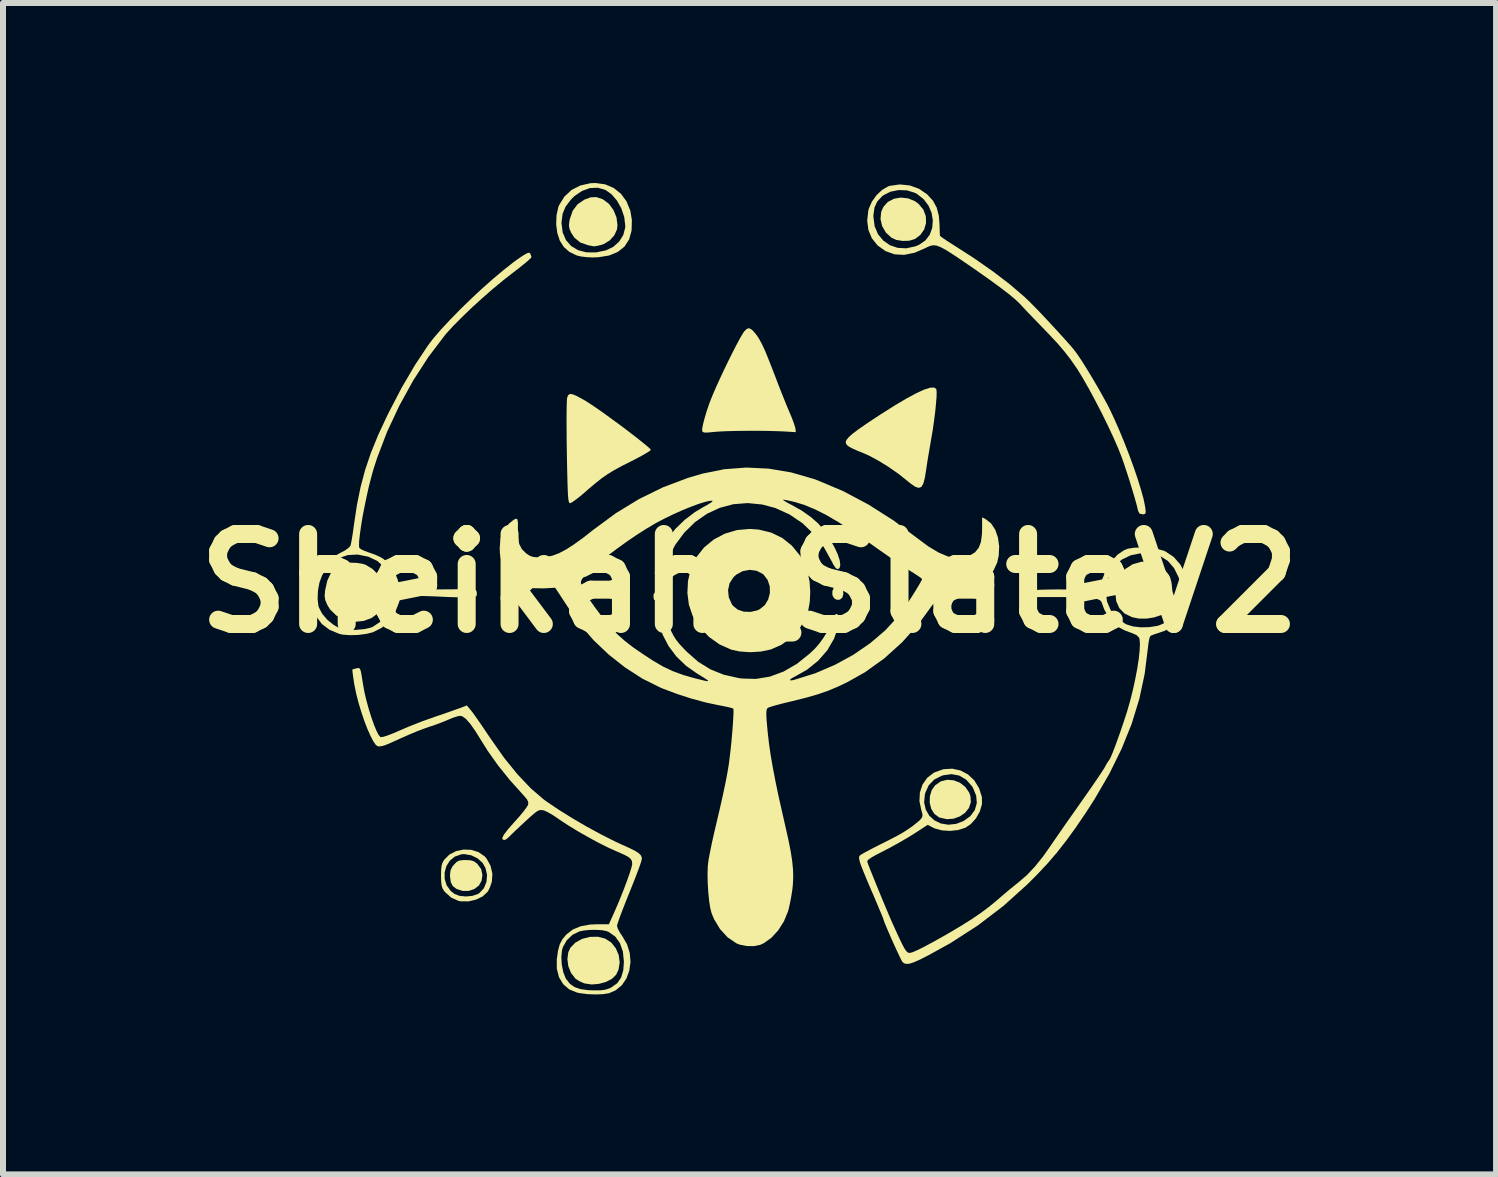
<source format=kicad_pcb>
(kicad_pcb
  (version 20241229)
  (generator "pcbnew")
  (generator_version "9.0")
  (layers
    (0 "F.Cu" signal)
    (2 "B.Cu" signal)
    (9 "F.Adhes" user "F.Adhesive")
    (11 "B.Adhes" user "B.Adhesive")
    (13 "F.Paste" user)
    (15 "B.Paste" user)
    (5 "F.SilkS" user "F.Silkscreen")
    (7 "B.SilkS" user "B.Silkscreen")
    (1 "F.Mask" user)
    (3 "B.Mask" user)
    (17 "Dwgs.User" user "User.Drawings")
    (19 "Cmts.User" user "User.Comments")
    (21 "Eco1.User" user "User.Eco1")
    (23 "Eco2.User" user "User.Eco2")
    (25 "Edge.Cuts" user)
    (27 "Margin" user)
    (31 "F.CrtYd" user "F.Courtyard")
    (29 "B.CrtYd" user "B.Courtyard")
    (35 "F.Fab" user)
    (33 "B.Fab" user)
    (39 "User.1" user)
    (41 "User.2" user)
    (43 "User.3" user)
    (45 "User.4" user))
  (footprint "Sheikah_SlateV2"
    (layer "F.Cu")
    (at 9.443 6.672)
    (property "Reference" "Sheikah_SlateV2" (at 0 0 0) (layer "F.SilkS") (effects (font (size 1.5 1.5) (thickness 0.3))))
    (attr board_only exclude_from_pos_files exclude_from_bom)
    (fp_poly (pts (xy 1.523 0.064) (xy 1.558 0.117) (xy 1.564 0.175) (xy 1.548 0.237) (xy 1.506 0.273) (xy 1.452 0.275) (xy 1.408 0.248) (xy 1.381 0.197) (xy 1.38 0.136) (xy 1.401 0.082) (xy 1.44 0.049) (xy 1.459 0.046)) (stroke (width 0) (type solid)) (fill yes) (layer "F.SilkS"))
    (fp_poly (pts (xy -1.488 0.119) (xy -1.439 0.129) (xy -1.419 0.154) (xy -1.415 0.207) (xy -1.419 0.261) (xy -1.439 0.285) (xy -1.49 0.294) (xy -1.499 0.295) (xy -1.559 0.294) (xy -1.589 0.276) (xy -1.598 0.255) (xy -1.601 0.187) (xy -1.567 0.138) (xy -1.504 0.119)) (stroke (width 0) (type solid)) (fill yes) (layer "F.SilkS"))
    (fp_poly (pts (xy 2.641 -6.416) (xy 2.755 -6.37) (xy 2.817 -6.325) (xy 2.897 -6.229) (xy 2.938 -6.119) (xy 2.942 -6.005) (xy 2.911 -5.897) (xy 2.844 -5.803) (xy 2.756 -5.738) (xy 2.664 -5.71) (xy 2.555 -5.706) (xy 2.447 -5.723) (xy 2.368 -5.758) (xy 2.272 -5.846) (xy 2.21 -5.954) (xy 2.183 -6.071) (xy 2.194 -6.189) (xy 2.231 -6.274) (xy 2.306 -6.357) (xy 2.406 -6.409) (xy 2.521 -6.429)) (stroke (width 0) (type solid)) (fill yes) (layer "F.SilkS"))
    (fp_poly (pts (xy 3.403 3.284) (xy 3.507 3.324) (xy 3.596 3.394) (xy 3.662 3.49) (xy 3.682 3.547) (xy 3.689 3.65) (xy 3.657 3.744) (xy 3.594 3.824) (xy 3.507 3.885) (xy 3.404 3.923) (xy 3.29 3.932) (xy 3.175 3.907) (xy 3.157 3.9) (xy 3.08 3.843) (xy 3.028 3.758) (xy 3.003 3.657) (xy 3.006 3.549) (xy 3.037 3.447) (xy 3.094 3.367) (xy 3.187 3.302) (xy 3.294 3.275)) (stroke (width 0) (type solid)) (fill yes) (layer "F.SilkS"))
    (fp_poly (pts (xy -4.65 4.617) (xy -4.596 4.633) (xy -4.548 4.667) (xy -4.536 4.678) (xy -4.473 4.764) (xy -4.452 4.862) (xy -4.466 4.957) (xy -4.51 5.037) (xy -4.585 5.095) (xy -4.679 5.127) (xy -4.782 5.128) (xy -4.881 5.095) (xy -4.883 5.095) (xy -4.946 5.047) (xy -4.98 4.981) (xy -4.992 4.885) (xy -4.993 4.868) (xy -4.984 4.786) (xy -4.953 4.722) (xy -4.925 4.688) (xy -4.881 4.644) (xy -4.837 4.621) (xy -4.777 4.614) (xy -4.731 4.613)) (stroke (width 0) (type solid)) (fill yes) (layer "F.SilkS"))
    (fp_poly (pts (xy -2.409 5.921) (xy -2.306 5.987) (xy -2.229 6.083) (xy -2.18 6.198) (xy -2.164 6.321) (xy -2.184 6.441) (xy -2.223 6.524) (xy -2.292 6.592) (xy -2.392 6.644) (xy -2.51 6.677) (xy -2.632 6.687) (xy -2.746 6.67) (xy -2.768 6.663) (xy -2.838 6.631) (xy -2.896 6.594) (xy -2.903 6.588) (xy -2.975 6.496) (xy -3.02 6.384) (xy -3.036 6.264) (xy -3.021 6.15) (xy -2.985 6.073) (xy -2.902 5.988) (xy -2.79 5.927) (xy -2.661 5.894) (xy -2.529 5.891)) (stroke (width 0) (type solid)) (fill yes) (layer "F.SilkS"))
    (fp_poly (pts (xy 6.668 -0.359) (xy 6.796 -0.318) (xy 6.907 -0.242) (xy 6.991 -0.136) (xy 7.012 -0.093) (xy 7.034 -0.008) (xy 7.045 0.101) (xy 7.045 0.217) (xy 7.033 0.323) (xy 7.011 0.404) (xy 7.007 0.411) (xy 6.949 0.478) (xy 6.858 0.531) (xy 6.743 0.569) (xy 6.617 0.589) (xy 6.489 0.588) (xy 6.376 0.565) (xy 6.252 0.505) (xy 6.164 0.415) (xy 6.112 0.298) (xy 6.097 0.165) (xy 6.117 0.005) (xy 6.174 -0.132) (xy 6.265 -0.24) (xy 6.388 -0.318) (xy 6.532 -0.359)) (stroke (width 0) (type solid)) (fill yes) (layer "F.SilkS"))
    (fp_poly (pts (xy -6.544 -0.34) (xy -6.443 -0.323) (xy -6.401 -0.309) (xy -6.287 -0.241) (xy -6.187 -0.143) (xy -6.118 -0.035) (xy -6.089 0.057) (xy -6.076 0.167) (xy -6.078 0.275) (xy -6.097 0.365) (xy -6.106 0.387) (xy -6.189 0.498) (xy -6.301 0.579) (xy -6.433 0.628) (xy -6.576 0.642) (xy -6.723 0.617) (xy -6.751 0.608) (xy -6.889 0.536) (xy -6.994 0.433) (xy -7.04 0.356) (xy -7.071 0.281) (xy -7.082 0.211) (xy -7.075 0.124) (xy -7.039 -0.04) (xy -6.977 -0.174) (xy -6.891 -0.272) (xy -6.832 -0.311) (xy -6.756 -0.334) (xy -6.654 -0.344)) (stroke (width 0) (type solid)) (fill yes) (layer "F.SilkS"))
    (fp_poly (pts (xy -2.458 -6.405) (xy -2.438 -6.396) (xy -2.341 -6.322) (xy -2.266 -6.218) (xy -2.217 -6.097) (xy -2.201 -5.97) (xy -2.209 -5.898) (xy -2.253 -5.801) (xy -2.329 -5.716) (xy -2.427 -5.655) (xy -2.474 -5.639) (xy -2.539 -5.624) (xy -2.584 -5.617) (xy -2.593 -5.616) (xy -2.626 -5.622) (xy -2.683 -5.633) (xy -2.692 -5.635) (xy -2.821 -5.68) (xy -2.919 -5.76) (xy -2.972 -5.841) (xy -3.001 -5.907) (xy -3.01 -5.961) (xy -3.004 -6.026) (xy -2.996 -6.069) (xy -2.947 -6.21) (xy -2.866 -6.318) (xy -2.754 -6.394) (xy -2.648 -6.433) (xy -2.555 -6.437)) (stroke (width 0) (type solid)) (fill yes) (layer "F.SilkS"))
    (fp_poly (pts (xy 3.112 -3.238) (xy 3.113 -3.235) (xy 3.119 -3.19) (xy 3.117 -3.107) (xy 3.108 -2.995) (xy 3.095 -2.861) (xy 3.076 -2.713) (xy 3.054 -2.558) (xy 3.028 -2.404) (xy 3.026 -2.393) (xy 3.003 -2.258) (xy 2.979 -2.12) (xy 2.959 -1.995) (xy 2.945 -1.899) (xy 2.945 -1.898) (xy 2.922 -1.758) (xy 2.897 -1.662) (xy 2.864 -1.606) (xy 2.82 -1.59) (xy 2.761 -1.609) (xy 2.684 -1.663) (xy 2.633 -1.704) (xy 2.488 -1.82) (xy 2.327 -1.933) (xy 2.163 -2.035) (xy 2.009 -2.119) (xy 1.913 -2.163) (xy 1.797 -2.21) (xy 1.717 -2.246) (xy 1.665 -2.273) (xy 1.633 -2.296) (xy 1.613 -2.319) (xy 1.608 -2.328) (xy 1.603 -2.357) (xy 1.618 -2.393) (xy 1.657 -2.439) (xy 1.722 -2.496) (xy 1.816 -2.567) (xy 1.943 -2.655) (xy 2.106 -2.764) (xy 2.171 -2.806) (xy 2.407 -2.956) (xy 2.609 -3.076) (xy 2.776 -3.166) (xy 2.91 -3.228) (xy 3.01 -3.26) (xy 3.077 -3.263)) (stroke (width 0) (type solid)) (fill yes) (layer "F.SilkS"))
    (fp_poly (pts (xy 0.045 -4.221) (xy 0.091 -4.17) (xy 0.132 -4.117) (xy 0.171 -4.053) (xy 0.213 -3.974) (xy 0.259 -3.874) (xy 0.312 -3.745) (xy 0.376 -3.583) (xy 0.426 -3.453) (xy 0.481 -3.309) (xy 0.539 -3.161) (xy 0.595 -3.022) (xy 0.642 -2.906) (xy 0.664 -2.856) (xy 0.705 -2.758) (xy 0.738 -2.67) (xy 0.759 -2.604) (xy 0.765 -2.579) (xy 0.771 -2.519) (xy 0.575 -2.531) (xy 0.441 -2.536) (xy 0.283 -2.54) (xy 0.11 -2.542) (xy -0.066 -2.541) (xy -0.235 -2.539) (xy -0.388 -2.535) (xy -0.515 -2.529) (xy -0.6 -2.522) (xy -0.691 -2.513) (xy -0.746 -2.512) (xy -0.775 -2.52) (xy -0.789 -2.537) (xy -0.789 -2.539) (xy -0.789 -2.578) (xy -0.775 -2.651) (xy -0.75 -2.748) (xy -0.717 -2.86) (xy -0.677 -2.978) (xy -0.66 -3.025) (xy -0.618 -3.13) (xy -0.563 -3.258) (xy -0.498 -3.402) (xy -0.427 -3.553) (xy -0.354 -3.705) (xy -0.282 -3.849) (xy -0.215 -3.979) (xy -0.157 -4.087) (xy -0.111 -4.165) (xy -0.09 -4.197) (xy -0.044 -4.242) (xy -0.003 -4.251)) (stroke (width 0) (type solid)) (fill yes) (layer "F.SilkS"))
    (fp_poly (pts (xy -2.954 -3.152) (xy -2.89 -3.126) (xy -2.797 -3.077) (xy -2.73 -3.038) (xy -2.656 -2.991) (xy -2.561 -2.927) (xy -2.45 -2.85) (xy -2.329 -2.762) (xy -2.202 -2.67) (xy -2.076 -2.576) (xy -1.957 -2.485) (xy -1.849 -2.401) (xy -1.759 -2.329) (xy -1.691 -2.272) (xy -1.652 -2.235) (xy -1.645 -2.224) (xy -1.665 -2.205) (xy -1.719 -2.17) (xy -1.8 -2.124) (xy -1.902 -2.07) (xy -1.968 -2.036) (xy -2.127 -1.956) (xy -2.254 -1.887) (xy -2.363 -1.821) (xy -2.464 -1.75) (xy -2.568 -1.668) (xy -2.688 -1.567) (xy -2.734 -1.526) (xy -2.82 -1.453) (xy -2.897 -1.393) (xy -2.956 -1.351) (xy -2.99 -1.335) (xy -2.991 -1.334) (xy -3.001 -1.338) (xy -3.009 -1.35) (xy -3.016 -1.377) (xy -3.022 -1.421) (xy -3.027 -1.487) (xy -3.031 -1.581) (xy -3.035 -1.705) (xy -3.039 -1.864) (xy -3.043 -2.063) (xy -3.045 -2.18) (xy -3.048 -2.376) (xy -3.049 -2.559) (xy -3.05 -2.724) (xy -3.049 -2.866) (xy -3.047 -2.979) (xy -3.044 -3.057) (xy -3.04 -3.094) (xy -3.023 -3.135) (xy -2.997 -3.154)) (stroke (width 0) (type solid)) (fill yes) (layer "F.SilkS"))
    (fp_poly (pts (xy -4.639 4.443) (xy -4.52 4.48) (xy -4.419 4.548) (xy -4.383 4.588) (xy -4.317 4.708) (xy -4.286 4.841) (xy -4.295 4.973) (xy -4.298 4.983) (xy -4.324 5.06) (xy -4.355 5.126) (xy -4.366 5.143) (xy -4.448 5.219) (xy -4.559 5.273) (xy -4.685 5.302) (xy -4.812 5.301) (xy -4.852 5.293) (xy -4.971 5.24) (xy -5.075 5.147) (xy -5.095 5.122) (xy -5.12 5.08) (xy -5.134 5.027) (xy -5.141 4.952) (xy -5.142 4.87) (xy -5.141 4.819) (xy -5.082 4.819) (xy -5.081 4.928) (xy -5.049 5.033) (xy -4.983 5.126) (xy -4.918 5.178) (xy -4.833 5.21) (xy -4.727 5.22) (xy -4.619 5.21) (xy -4.528 5.179) (xy -4.504 5.164) (xy -4.428 5.083) (xy -4.385 4.978) (xy -4.375 4.863) (xy -4.4 4.748) (xy -4.448 4.662) (xy -4.531 4.586) (xy -4.638 4.534) (xy -4.751 4.514) (xy -4.802 4.517) (xy -4.912 4.555) (xy -4.996 4.624) (xy -5.053 4.715) (xy -5.082 4.819) (xy -5.141 4.819) (xy -5.14 4.77) (xy -5.132 4.702) (xy -5.116 4.652) (xy -5.088 4.607) (xy -5.001 4.52) (xy -4.89 4.464) (xy -4.765 4.438)) (stroke (width 0) (type solid)) (fill yes) (layer "F.SilkS"))
    (fp_poly (pts (xy -2.408 -6.65) (xy -2.264 -6.589) (xy -2.143 -6.492) (xy -2.05 -6.365) (xy -1.987 -6.21) (xy -1.961 -6.054) (xy -1.966 -5.879) (xy -2.007 -5.731) (xy -2.084 -5.612) (xy -2.196 -5.523) (xy -2.342 -5.463) (xy -2.521 -5.434) (xy -2.621 -5.431) (xy -2.72 -5.436) (xy -2.814 -5.448) (xy -2.882 -5.465) (xy -2.883 -5.465) (xy -3.005 -5.525) (xy -3.096 -5.606) (xy -3.162 -5.71) (xy -3.204 -5.837) (xy -3.223 -5.985) (xy -3.222 -6.001) (xy -3.134 -6.001) (xy -3.114 -5.847) (xy -3.06 -5.72) (xy -2.973 -5.621) (xy -2.858 -5.552) (xy -2.719 -5.516) (xy -2.559 -5.515) (xy -2.393 -5.549) (xy -2.272 -5.607) (xy -2.173 -5.695) (xy -2.104 -5.806) (xy -2.072 -5.929) (xy -2.071 -5.957) (xy -2.088 -6.103) (xy -2.136 -6.247) (xy -2.209 -6.378) (xy -2.301 -6.485) (xy -2.403 -6.557) (xy -2.529 -6.593) (xy -2.661 -6.587) (xy -2.792 -6.54) (xy -2.917 -6.455) (xy -2.977 -6.395) (xy -3.066 -6.278) (xy -3.116 -6.158) (xy -3.133 -6.02) (xy -3.134 -6.001) (xy -3.222 -6.001) (xy -3.217 -6.135) (xy -3.187 -6.271) (xy -3.173 -6.304) (xy -3.085 -6.446) (xy -2.967 -6.555) (xy -2.821 -6.63) (xy -2.653 -6.668) (xy -2.57 -6.672)) (stroke (width 0) (type solid)) (fill yes) (layer "F.SilkS"))
    (fp_poly (pts (xy 0.155 -0.895) (xy 0.363 -0.844) (xy 0.547 -0.754) (xy 0.706 -0.627) (xy 0.837 -0.467) (xy 0.936 -0.275) (xy 0.97 -0.178) (xy 1.001 -0.027) (xy 1.012 0.141) (xy 1.004 0.311) (xy 0.976 0.466) (xy 0.939 0.575) (xy 0.832 0.757) (xy 0.694 0.909) (xy 0.531 1.026) (xy 0.352 1.104) (xy 0.188 1.138) (xy 0.008 1.149) (xy -0.169 1.136) (xy -0.305 1.106) (xy -0.497 1.021) (xy -0.672 0.897) (xy -0.821 0.742) (xy -0.937 0.561) (xy -0.951 0.534) (xy -1.011 0.357) (xy -1.036 0.162) (xy -1.033 0.113) (xy -0.358 0.113) (xy -0.346 0.233) (xy -0.296 0.347) (xy -0.275 0.376) (xy -0.198 0.438) (xy -0.097 0.473) (xy 0.017 0.477) (xy 0.13 0.451) (xy 0.164 0.436) (xy 0.252 0.367) (xy 0.31 0.273) (xy 0.339 0.164) (xy 0.337 0.051) (xy 0.302 -0.055) (xy 0.234 -0.144) (xy 0.219 -0.157) (xy 0.117 -0.209) (xy 0.003 -0.224) (xy -0.114 -0.202) (xy -0.221 -0.144) (xy -0.267 -0.102) (xy -0.332 -0.002) (xy -0.358 0.113) (xy -1.033 0.113) (xy -1.026 -0.037) (xy -0.982 -0.23) (xy -0.905 -0.405) (xy -0.888 -0.433) (xy -0.757 -0.598) (xy -0.596 -0.73) (xy -0.412 -0.827) (xy -0.21 -0.887) (xy 0.004 -0.906)) (stroke (width 0) (type solid)) (fill yes) (layer "F.SilkS"))
    (fp_poly (pts (xy 2.671 -6.631) (xy 2.826 -6.575) (xy 2.961 -6.482) (xy 2.962 -6.481) (xy 3.058 -6.376) (xy 3.12 -6.261) (xy 3.155 -6.126) (xy 3.166 -5.993) (xy 3.169 -5.905) (xy 3.171 -5.836) (xy 3.173 -5.797) (xy 3.173 -5.793) (xy 3.192 -5.776) (xy 3.243 -5.74) (xy 3.316 -5.691) (xy 3.388 -5.646) (xy 3.741 -5.419) (xy 4.059 -5.197) (xy 4.34 -4.982) (xy 4.58 -4.776) (xy 4.659 -4.701) (xy 4.733 -4.627) (xy 4.828 -4.529) (xy 4.935 -4.416) (xy 5.047 -4.295) (xy 5.158 -4.175) (xy 5.259 -4.063) (xy 5.344 -3.968) (xy 5.405 -3.896) (xy 5.411 -3.888) (xy 5.467 -3.813) (xy 5.539 -3.705) (xy 5.621 -3.574) (xy 5.71 -3.428) (xy 5.799 -3.276) (xy 5.884 -3.126) (xy 5.96 -2.987) (xy 5.996 -2.917) (xy 6.077 -2.746) (xy 6.161 -2.555) (xy 6.245 -2.352) (xy 6.326 -2.144) (xy 6.402 -1.937) (xy 6.469 -1.741) (xy 6.524 -1.562) (xy 6.567 -1.407) (xy 6.592 -1.285) (xy 6.596 -1.26) (xy 6.603 -1.194) (xy 6.598 -1.162) (xy 6.576 -1.151) (xy 6.549 -1.15) (xy 6.501 -1.161) (xy 6.478 -1.203) (xy 6.475 -1.214) (xy 6.455 -1.296) (xy 6.424 -1.41) (xy 6.383 -1.547) (xy 6.338 -1.696) (xy 6.29 -1.845) (xy 6.244 -1.984) (xy 6.206 -2.094) (xy 6.147 -2.244) (xy 6.068 -2.424) (xy 5.975 -2.624) (xy 5.872 -2.833) (xy 5.764 -3.042) (xy 5.657 -3.241) (xy 5.555 -3.42) (xy 5.463 -3.57) (xy 5.448 -3.592) (xy 5.352 -3.73) (xy 5.25 -3.862) (xy 5.133 -3.999) (xy 4.991 -4.151) (xy 4.936 -4.208) (xy 4.829 -4.319) (xy 4.725 -4.426) (xy 4.633 -4.522) (xy 4.559 -4.601) (xy 4.51 -4.654) (xy 4.508 -4.656) (xy 4.432 -4.729) (xy 4.317 -4.825) (xy 4.162 -4.943) (xy 3.968 -5.084) (xy 3.734 -5.248) (xy 3.508 -5.403) (xy 3.371 -5.494) (xy 3.266 -5.56) (xy 3.183 -5.604) (xy 3.118 -5.628) (xy 3.063 -5.634) (xy 3.012 -5.624) (xy 2.956 -5.6) (xy 2.934 -5.588) (xy 2.751 -5.509) (xy 2.578 -5.474) (xy 2.417 -5.483) (xy 2.268 -5.536) (xy 2.133 -5.632) (xy 2.132 -5.634) (xy 2.039 -5.75) (xy 1.981 -5.89) (xy 1.961 -6.045) (xy 1.968 -6.107) (xy 2.065 -6.107) (xy 2.085 -5.952) (xy 2.141 -5.819) (xy 2.228 -5.713) (xy 2.339 -5.635) (xy 2.469 -5.591) (xy 2.612 -5.583) (xy 2.763 -5.616) (xy 2.826 -5.642) (xy 2.931 -5.714) (xy 3.004 -5.81) (xy 3.045 -5.924) (xy 3.055 -6.048) (xy 3.035 -6.173) (xy 2.984 -6.293) (xy 2.904 -6.4) (xy 2.796 -6.486) (xy 2.754 -6.509) (xy 2.625 -6.549) (xy 2.485 -6.554) (xy 2.35 -6.527) (xy 2.232 -6.468) (xy 2.209 -6.45) (xy 2.129 -6.364) (xy 2.083 -6.265) (xy 2.065 -6.139) (xy 2.065 -6.107) (xy 1.968 -6.107) (xy 1.979 -6.208) (xy 1.988 -6.244) (xy 2.039 -6.36) (xy 2.116 -6.468) (xy 2.209 -6.556) (xy 2.307 -6.614) (xy 2.335 -6.624) (xy 2.504 -6.648)) (stroke (width 0) (type solid)) (fill yes) (layer "F.SilkS"))
    (fp_poly (pts (xy -3.664 -5.506) (xy -3.657 -5.498) (xy -3.638 -5.453) (xy -3.635 -5.436) (xy -3.653 -5.413) (xy -3.701 -5.369) (xy -3.775 -5.308) (xy -3.867 -5.235) (xy -3.94 -5.179) (xy -4.104 -5.051) (xy -4.279 -4.906) (xy -4.458 -4.75) (xy -4.633 -4.59) (xy -4.795 -4.434) (xy -4.939 -4.289) (xy -5.055 -4.162) (xy -5.082 -4.129) (xy -5.355 -3.769) (xy -5.609 -3.375) (xy -5.839 -2.957) (xy -6.041 -2.525) (xy -6.208 -2.088) (xy -6.268 -1.902) (xy -6.307 -1.762) (xy -6.347 -1.605) (xy -6.384 -1.438) (xy -6.419 -1.268) (xy -6.451 -1.103) (xy -6.476 -0.948) (xy -6.495 -0.813) (xy -6.507 -0.702) (xy -6.509 -0.624) (xy -6.504 -0.59) (xy -6.477 -0.568) (xy -6.418 -0.54) (xy -6.34 -0.512) (xy -6.335 -0.51) (xy -6.241 -0.477) (xy -6.154 -0.437) (xy -6.097 -0.403) (xy -6.002 -0.311) (xy -5.92 -0.193) (xy -5.867 -0.069) (xy -5.864 -0.06) (xy -5.846 0.006) (xy -5.833 0.055) (xy -5.83 0.063) (xy -5.805 0.074) (xy -5.74 0.083) (xy -5.639 0.09) (xy -5.51 0.096) (xy -5.356 0.1) (xy -5.185 0.102) (xy -5.002 0.101) (xy -4.811 0.099) (xy -4.794 0.098) (xy -4.688 0.096) (xy -4.62 0.098) (xy -4.58 0.104) (xy -4.559 0.116) (xy -4.549 0.137) (xy -4.547 0.144) (xy -4.545 0.192) (xy -4.554 0.215) (xy -4.582 0.226) (xy -4.639 0.233) (xy -4.729 0.236) (xy -4.856 0.234) (xy -5.022 0.229) (xy -5.231 0.219) (xy -5.235 0.219) (xy -5.371 0.214) (xy -5.498 0.211) (xy -5.607 0.211) (xy -5.687 0.214) (xy -5.712 0.217) (xy -5.779 0.229) (xy -5.814 0.25) (xy -5.835 0.292) (xy -5.846 0.329) (xy -5.91 0.492) (xy -6.008 0.632) (xy -6.131 0.742) (xy -6.275 0.815) (xy -6.277 0.816) (xy -6.39 0.844) (xy -6.524 0.861) (xy -6.661 0.865) (xy -6.781 0.856) (xy -6.834 0.844) (xy -6.998 0.777) (xy -7.128 0.679) (xy -7.222 0.552) (xy -7.28 0.399) (xy -7.296 0.256) (xy -7.2 0.256) (xy -7.186 0.375) (xy -7.178 0.402) (xy -7.124 0.507) (xy -7.038 0.608) (xy -6.931 0.694) (xy -6.868 0.73) (xy -6.802 0.757) (xy -6.742 0.773) (xy -6.669 0.779) (xy -6.569 0.777) (xy -6.557 0.776) (xy -6.413 0.763) (xy -6.309 0.738) (xy -6.281 0.726) (xy -6.141 0.633) (xy -6.039 0.514) (xy -5.973 0.367) (xy -5.941 0.192) (xy -5.941 0.179) (xy -5.937 0.081) (xy -5.942 0.011) (xy -5.958 -0.05) (xy -5.989 -0.12) (xy -5.992 -0.125) (xy -6.085 -0.267) (xy -6.207 -0.374) (xy -6.356 -0.444) (xy -6.357 -0.444) (xy -6.532 -0.479) (xy -6.697 -0.47) (xy -6.847 -0.419) (xy -6.978 -0.328) (xy -7.086 -0.198) (xy -7.125 -0.129) (xy -7.168 -0.014) (xy -7.193 0.12) (xy -7.2 0.256) (xy -7.296 0.256) (xy -7.3 0.221) (xy -7.3 0.219) (xy -7.279 0.025) (xy -7.218 -0.146) (xy -7.118 -0.293) (xy -6.979 -0.416) (xy -6.842 -0.495) (xy -6.738 -0.55) (xy -6.673 -0.599) (xy -6.651 -0.628) (xy -6.641 -0.67) (xy -6.627 -0.746) (xy -6.611 -0.848) (xy -6.595 -0.964) (xy -6.593 -0.978) (xy -6.544 -1.304) (xy -6.483 -1.604) (xy -6.407 -1.89) (xy -6.311 -2.174) (xy -6.192 -2.466) (xy -6.046 -2.78) (xy -6.016 -2.841) (xy -5.797 -3.262) (xy -5.574 -3.641) (xy -5.361 -3.963) (xy -5.265 -4.088) (xy -5.139 -4.234) (xy -4.988 -4.395) (xy -4.821 -4.566) (xy -4.641 -4.741) (xy -4.458 -4.912) (xy -4.275 -5.074) (xy -4.1 -5.221) (xy -3.94 -5.347) (xy -3.874 -5.395) (xy -3.784 -5.457) (xy -3.723 -5.494) (xy -3.686 -5.509)) (stroke (width 0) (type solid)) (fill yes) (layer "F.SilkS"))
    (fp_poly (pts (xy -6.505 1.415) (xy -6.49 1.434) (xy -6.477 1.475) (xy -6.464 1.546) (xy -6.447 1.653) (xy -6.441 1.689) (xy -6.418 1.817) (xy -6.385 1.956) (xy -6.346 2.097) (xy -6.304 2.232) (xy -6.261 2.354) (xy -6.22 2.455) (xy -6.183 2.527) (xy -6.152 2.563) (xy -6.149 2.564) (xy -6.113 2.561) (xy -6.048 2.542) (xy -5.965 2.511) (xy -5.927 2.495) (xy -5.681 2.389) (xy -5.448 2.298) (xy -5.2 2.21) (xy -5.177 2.203) (xy -5.064 2.164) (xy -4.956 2.126) (xy -4.866 2.094) (xy -4.824 2.079) (xy -4.712 2.036) (xy -4.644 2.117) (xy -4.61 2.161) (xy -4.557 2.236) (xy -4.488 2.334) (xy -4.409 2.45) (xy -4.326 2.574) (xy -4.316 2.588) (xy -4.09 2.91) (xy -3.866 3.186) (xy -3.646 3.418) (xy -3.429 3.604) (xy -3.378 3.641) (xy -3.181 3.774) (xy -2.956 3.914) (xy -2.717 4.054) (xy -2.478 4.184) (xy -2.251 4.299) (xy -2.117 4.361) (xy -1.991 4.418) (xy -1.902 4.463) (xy -1.844 4.501) (xy -1.811 4.535) (xy -1.796 4.57) (xy -1.795 4.594) (xy -1.803 4.63) (xy -1.827 4.702) (xy -1.864 4.803) (xy -1.911 4.926) (xy -1.966 5.065) (xy -2.002 5.154) (xy -2.06 5.299) (xy -2.112 5.432) (xy -2.156 5.547) (xy -2.188 5.637) (xy -2.206 5.695) (xy -2.209 5.712) (xy -2.195 5.757) (xy -2.16 5.823) (xy -2.119 5.884) (xy -2.041 6.019) (xy -1.996 6.165) (xy -1.984 6.312) (xy -2.004 6.456) (xy -2.052 6.587) (xy -2.128 6.699) (xy -2.231 6.784) (xy -2.34 6.832) (xy -2.438 6.848) (xy -2.564 6.853) (xy -2.698 6.848) (xy -2.826 6.832) (xy -2.875 6.822) (xy -3.005 6.769) (xy -3.106 6.682) (xy -3.176 6.566) (xy -3.212 6.424) (xy -3.213 6.269) (xy -3.207 6.23) (xy -3.137 6.23) (xy -3.129 6.359) (xy -3.104 6.483) (xy -3.065 6.583) (xy -3.058 6.594) (xy -2.996 6.674) (xy -2.919 6.729) (xy -2.819 6.764) (xy -2.687 6.782) (xy -2.586 6.785) (xy -2.48 6.784) (xy -2.404 6.774) (xy -2.341 6.754) (xy -2.3 6.734) (xy -2.204 6.665) (xy -2.14 6.571) (xy -2.104 6.448) (xy -2.094 6.306) (xy -2.111 6.138) (xy -2.16 5.998) (xy -2.239 5.888) (xy -2.346 5.813) (xy -2.377 5.799) (xy -2.452 5.783) (xy -2.554 5.776) (xy -2.667 5.778) (xy -2.773 5.789) (xy -2.838 5.803) (xy -2.952 5.86) (xy -3.046 5.95) (xy -3.11 6.062) (xy -3.126 6.115) (xy -3.137 6.23) (xy -3.207 6.23) (xy -3.193 6.128) (xy -3.164 6.019) (xy -3.119 5.933) (xy -3.055 5.856) (xy -3.051 5.852) (xy -2.946 5.771) (xy -2.816 5.717) (xy -2.657 5.688) (xy -2.525 5.683) (xy -2.344 5.683) (xy -2.269 5.516) (xy -2.21 5.382) (xy -2.151 5.24) (xy -2.095 5.099) (xy -2.045 4.966) (xy -2.003 4.848) (xy -1.973 4.754) (xy -1.957 4.691) (xy -1.956 4.676) (xy -1.96 4.632) (xy -1.978 4.597) (xy -2.016 4.564) (xy -2.081 4.528) (xy -2.179 4.484) (xy -2.229 4.463) (xy -2.363 4.402) (xy -2.523 4.322) (xy -2.695 4.228) (xy -2.867 4.13) (xy -3.027 4.032) (xy -3.162 3.943) (xy -3.194 3.92) (xy -3.28 3.863) (xy -3.361 3.816) (xy -3.425 3.787) (xy -3.442 3.783) (xy -3.475 3.779) (xy -3.507 3.783) (xy -3.543 3.801) (xy -3.591 3.838) (xy -3.658 3.896) (xy -3.744 3.975) (xy -3.832 4.057) (xy -3.911 4.131) (xy -3.973 4.191) (xy -4.01 4.228) (xy -4.013 4.231) (xy -4.054 4.266) (xy -4.085 4.279) (xy -4.117 4.27) (xy -4.12 4.24) (xy -4.092 4.187) (xy -4.033 4.109) (xy -3.94 4.003) (xy -3.921 3.981) (xy -3.84 3.891) (xy -3.771 3.808) (xy -3.72 3.74) (xy -3.692 3.695) (xy -3.69 3.689) (xy -3.688 3.647) (xy -3.71 3.601) (xy -3.761 3.54) (xy -3.765 3.536) (xy -3.996 3.279) (xy -4.193 3.034) (xy -4.364 2.793) (xy -4.472 2.62) (xy -4.572 2.46) (xy -4.656 2.341) (xy -4.727 2.26) (xy -4.786 2.218) (xy -4.822 2.209) (xy -4.871 2.218) (xy -4.945 2.242) (xy -5.029 2.277) (xy -5.031 2.278) (xy -5.138 2.322) (xy -5.26 2.367) (xy -5.344 2.394) (xy -5.427 2.423) (xy -5.537 2.465) (xy -5.662 2.517) (xy -5.786 2.572) (xy -5.799 2.577) (xy -5.922 2.633) (xy -6.011 2.673) (xy -6.074 2.698) (xy -6.12 2.712) (xy -6.154 2.718) (xy -6.186 2.718) (xy -6.194 2.718) (xy -6.229 2.694) (xy -6.271 2.633) (xy -6.319 2.54) (xy -6.371 2.423) (xy -6.423 2.287) (xy -6.472 2.141) (xy -6.518 1.989) (xy -6.556 1.84) (xy -6.585 1.699) (xy -6.592 1.658) (xy -6.606 1.564) (xy -6.616 1.49) (xy -6.62 1.445) (xy -6.62 1.437) (xy -6.596 1.429) (xy -6.553 1.418) (xy -6.525 1.412)) (stroke (width 0) (type solid)) (fill yes) (layer "F.SilkS"))
    (fp_poly (pts (xy 6.674 -0.589) (xy 6.801 -0.571) (xy 6.904 -0.543) (xy 6.932 -0.531) (xy 7.069 -0.44) (xy 7.18 -0.313) (xy 7.263 -0.155) (xy 7.316 0.03) (xy 7.331 0.135) (xy 7.327 0.311) (xy 7.284 0.466) (xy 7.2 0.599) (xy 7.078 0.709) (xy 6.917 0.793) (xy 6.81 0.83) (xy 6.742 0.852) (xy 6.692 0.872) (xy 6.681 0.879) (xy 6.667 0.909) (xy 6.653 0.974) (xy 6.642 1.06) (xy 6.639 1.087) (xy 6.586 1.511) (xy 6.497 1.927) (xy 6.37 2.341) (xy 6.203 2.756) (xy 5.997 3.175) (xy 5.748 3.603) (xy 5.609 3.819) (xy 5.438 4.071) (xy 5.278 4.291) (xy 5.122 4.49) (xy 4.962 4.676) (xy 4.789 4.86) (xy 4.633 5.016) (xy 4.234 5.376) (xy 3.807 5.702) (xy 3.348 5.998) (xy 2.975 6.204) (xy 2.842 6.271) (xy 2.741 6.316) (xy 2.668 6.34) (xy 2.615 6.345) (xy 2.575 6.333) (xy 2.548 6.31) (xy 2.53 6.279) (xy 2.499 6.216) (xy 2.458 6.129) (xy 2.411 6.027) (xy 2.363 5.919) (xy 2.317 5.814) (xy 2.277 5.721) (xy 2.248 5.649) (xy 2.233 5.606) (xy 2.232 5.6) (xy 2.223 5.576) (xy 2.199 5.516) (xy 2.161 5.427) (xy 2.114 5.314) (xy 2.059 5.184) (xy 2.037 5.135) (xy 1.965 4.966) (xy 1.91 4.834) (xy 1.871 4.735) (xy 1.844 4.662) (xy 1.83 4.61) (xy 1.825 4.575) (xy 1.829 4.552) (xy 1.835 4.541) (xy 1.86 4.522) (xy 1.92 4.487) (xy 2.006 4.441) (xy 2.111 4.387) (xy 2.174 4.355) (xy 2.332 4.276) (xy 2.457 4.211) (xy 2.556 4.155) (xy 2.639 4.102) (xy 2.715 4.049) (xy 2.772 4.004) (xy 2.84 3.947) (xy 2.876 3.903) (xy 2.884 3.859) (xy 2.871 3.803) (xy 2.864 3.783) (xy 2.836 3.652) (xy 2.91 3.652) (xy 2.937 3.772) (xy 2.996 3.874) (xy 3.082 3.952) (xy 3.19 4.004) (xy 3.313 4.024) (xy 3.445 4.01) (xy 3.568 3.962) (xy 3.681 3.881) (xy 3.755 3.78) (xy 3.788 3.664) (xy 3.778 3.54) (xy 3.725 3.412) (xy 3.707 3.382) (xy 3.61 3.272) (xy 3.496 3.205) (xy 3.368 3.181) (xy 3.226 3.201) (xy 3.201 3.209) (xy 3.078 3.272) (xy 2.986 3.368) (xy 2.929 3.495) (xy 2.923 3.517) (xy 2.91 3.652) (xy 2.836 3.652) (xy 2.832 3.633) (xy 2.839 3.488) (xy 2.883 3.355) (xy 2.962 3.242) (xy 3.073 3.157) (xy 3.086 3.151) (xy 3.232 3.099) (xy 3.378 3.09) (xy 3.516 3.12) (xy 3.641 3.186) (xy 3.746 3.285) (xy 3.826 3.415) (xy 3.873 3.563) (xy 3.874 3.681) (xy 3.839 3.803) (xy 3.774 3.918) (xy 3.687 4.015) (xy 3.6 4.073) (xy 3.481 4.112) (xy 3.344 4.127) (xy 3.208 4.119) (xy 3.09 4.087) (xy 3.067 4.077) (xy 2.97 4.026) (xy 2.743 4.174) (xy 2.629 4.244) (xy 2.491 4.324) (xy 2.348 4.403) (xy 2.234 4.462) (xy 2.116 4.523) (xy 2.036 4.568) (xy 1.987 4.601) (xy 1.965 4.625) (xy 1.963 4.643) (xy 1.98 4.691) (xy 2.012 4.774) (xy 2.056 4.882) (xy 2.107 5.009) (xy 2.163 5.146) (xy 2.22 5.285) (xy 2.276 5.418) (xy 2.326 5.537) (xy 2.368 5.634) (xy 2.385 5.671) (xy 2.455 5.827) (xy 2.51 5.945) (xy 2.553 6.032) (xy 2.585 6.091) (xy 2.611 6.129) (xy 2.633 6.15) (xy 2.655 6.16) (xy 2.664 6.162) (xy 2.706 6.153) (xy 2.784 6.121) (xy 2.893 6.068) (xy 3.031 5.994) (xy 3.067 5.975) (xy 3.309 5.838) (xy 3.515 5.716) (xy 3.691 5.606) (xy 3.845 5.502) (xy 3.981 5.401) (xy 4.106 5.299) (xy 4.129 5.279) (xy 4.229 5.193) (xy 4.331 5.107) (xy 4.423 5.032) (xy 4.489 4.979) (xy 4.623 4.864) (xy 4.755 4.724) (xy 4.892 4.554) (xy 5.021 4.371) (xy 5.081 4.283) (xy 5.162 4.166) (xy 5.257 4.029) (xy 5.361 3.881) (xy 5.468 3.729) (xy 5.534 3.635) (xy 5.63 3.498) (xy 5.72 3.369) (xy 5.798 3.255) (xy 5.861 3.161) (xy 5.905 3.093) (xy 5.924 3.06) (xy 5.959 2.997) (xy 5.993 2.947) (xy 5.997 2.942) (xy 6.017 2.906) (xy 6.048 2.834) (xy 6.087 2.734) (xy 6.132 2.611) (xy 6.181 2.475) (xy 6.229 2.333) (xy 6.275 2.192) (xy 6.292 2.14) (xy 6.343 1.963) (xy 6.389 1.78) (xy 6.429 1.597) (xy 6.462 1.423) (xy 6.487 1.262) (xy 6.502 1.122) (xy 6.507 1.009) (xy 6.5 0.93) (xy 6.491 0.903) (xy 6.449 0.863) (xy 6.37 0.828) (xy 6.343 0.819) (xy 6.251 0.784) (xy 6.159 0.736) (xy 6.125 0.714) (xy 6.05 0.643) (xy 5.975 0.546) (xy 5.914 0.44) (xy 5.878 0.344) (xy 5.877 0.34) (xy 5.866 0.31) (xy 5.844 0.285) (xy 5.808 0.267) (xy 5.751 0.252) (xy 5.669 0.242) (xy 5.559 0.236) (xy 5.414 0.232) (xy 5.231 0.23) (xy 5.102 0.23) (xy 4.509 0.23) (xy 4.509 0.176) (xy 4.511 0.155) (xy 4.52 0.14) (xy 4.524 0.138) (xy 5.938 0.138) (xy 5.958 0.303) (xy 6.02 0.449) (xy 6.12 0.573) (xy 6.257 0.671) (xy 6.287 0.687) (xy 6.391 0.719) (xy 6.522 0.734) (xy 6.664 0.731) (xy 6.8 0.709) (xy 6.83 0.7) (xy 6.947 0.649) (xy 7.058 0.561) (xy 7.063 0.557) (xy 7.149 0.458) (xy 7.199 0.358) (xy 7.216 0.244) (xy 7.204 0.105) (xy 7.202 0.094) (xy 7.153 -0.097) (xy 7.076 -0.253) (xy 6.973 -0.372) (xy 6.845 -0.454) (xy 6.692 -0.497) (xy 6.525 -0.501) (xy 6.352 -0.466) (xy 6.205 -0.395) (xy 6.087 -0.291) (xy 6.001 -0.157) (xy 5.95 0.002) (xy 5.938 0.138) (xy 4.524 0.138) (xy 4.543 0.129) (xy 4.588 0.122) (xy 4.661 0.116) (xy 4.771 0.111) (xy 4.838 0.108) (xy 4.989 0.104) (xy 5.156 0.102) (xy 5.317 0.104) (xy 5.447 0.108) (xy 5.587 0.113) (xy 5.69 0.109) (xy 5.761 0.095) (xy 5.81 0.067) (xy 5.843 0.022) (xy 5.868 -0.039) (xy 5.939 -0.215) (xy 6.029 -0.363) (xy 6.133 -0.477) (xy 6.247 -0.554) (xy 6.308 -0.577) (xy 6.411 -0.593) (xy 6.538 -0.597)) (stroke (width 0) (type solid)) (fill yes) (layer "F.SilkS"))
    (fp_poly (pts (xy 0.319 -1.911) (xy 0.694 -1.848) (xy 1.071 -1.739) (xy 1.139 -1.714) (xy 1.561 -1.536) (xy 1.981 -1.313) (xy 2.396 -1.05) (xy 2.784 -0.761) (xy 2.977 -0.617) (xy 3.15 -0.513) (xy 3.306 -0.447) (xy 3.446 -0.418) (xy 3.573 -0.426) (xy 3.668 -0.46) (xy 3.758 -0.516) (xy 3.819 -0.59) (xy 3.857 -0.689) (xy 3.874 -0.819) (xy 3.876 -0.901) (xy 3.877 -1.1) (xy 3.938 -1.068) (xy 4.027 -0.997) (xy 4.095 -0.893) (xy 4.14 -0.764) (xy 4.161 -0.618) (xy 4.154 -0.465) (xy 4.128 -0.346) (xy 4.069 -0.218) (xy 3.975 -0.098) (xy 3.858 0.002) (xy 3.73 0.071) (xy 3.648 0.098) (xy 3.571 0.11) (xy 3.48 0.11) (xy 3.428 0.106) (xy 3.341 0.102) (xy 3.272 0.103) (xy 3.233 0.108) (xy 3.231 0.11) (xy 3.208 0.135) (xy 3.167 0.19) (xy 3.115 0.266) (xy 3.077 0.322) (xy 2.822 0.673) (xy 2.544 0.983) (xy 2.245 1.253) (xy 1.924 1.483) (xy 1.643 1.641) (xy 1.473 1.723) (xy 1.307 1.792) (xy 1.133 1.852) (xy 0.939 1.908) (xy 0.713 1.964) (xy 0.702 1.967) (xy 0.576 1.997) (xy 0.464 2.026) (xy 0.376 2.051) (xy 0.319 2.07) (xy 0.302 2.078) (xy 0.287 2.102) (xy 0.28 2.148) (xy 0.281 2.224) (xy 0.286 2.3) (xy 0.303 2.485) (xy 0.324 2.669) (xy 0.352 2.861) (xy 0.387 3.066) (xy 0.43 3.29) (xy 0.482 3.541) (xy 0.546 3.825) (xy 0.597 4.049) (xy 0.648 4.276) (xy 0.686 4.467) (xy 0.711 4.63) (xy 0.725 4.772) (xy 0.728 4.902) (xy 0.722 5.028) (xy 0.714 5.102) (xy 0.696 5.219) (xy 0.673 5.339) (xy 0.65 5.439) (xy 0.642 5.467) (xy 0.573 5.635) (xy 0.478 5.785) (xy 0.364 5.909) (xy 0.237 5.999) (xy 0.177 6.027) (xy 0.073 6.048) (xy -0.048 6.046) (xy -0.164 6.023) (xy -0.219 6.001) (xy -0.366 5.901) (xy -0.492 5.763) (xy -0.592 5.597) (xy -0.633 5.498) (xy -0.655 5.411) (xy -0.674 5.289) (xy -0.688 5.147) (xy -0.697 4.997) (xy -0.7 4.851) (xy -0.696 4.721) (xy -0.69 4.656) (xy -0.677 4.576) (xy -0.655 4.463) (xy -0.627 4.326) (xy -0.594 4.178) (xy -0.562 4.041) (xy -0.498 3.77) (xy -0.446 3.538) (xy -0.404 3.342) (xy -0.372 3.177) (xy -0.349 3.039) (xy -0.345 3.014) (xy -0.33 2.895) (xy -0.314 2.761) (xy -0.3 2.622) (xy -0.288 2.484) (xy -0.278 2.355) (xy -0.271 2.244) (xy -0.267 2.157) (xy -0.268 2.104) (xy -0.271 2.09) (xy -0.3 2.078) (xy -0.365 2.062) (xy -0.452 2.044) (xy -0.507 2.034) (xy -0.724 1.988) (xy -0.963 1.924) (xy -1.207 1.845) (xy -1.439 1.758) (xy -1.495 1.734) (xy -1.786 1.589) (xy -2.072 1.405) (xy -2.346 1.189) (xy -2.598 0.95) (xy -2.821 0.693) (xy -2.963 0.495) (xy -3.031 0.391) (xy -3.095 0.294) (xy -3.148 0.213) (xy -3.183 0.159) (xy -3.184 0.158) (xy -3.24 0.074) (xy -3.432 0.085) (xy -3.611 0.082) (xy -3.762 0.046) (xy -3.884 -0.019) (xy -2.811 -0.019) (xy -2.804 0.029) (xy -2.778 0.093) (xy -2.73 0.178) (xy -2.657 0.288) (xy -2.557 0.429) (xy -2.55 0.437) (xy -2.432 0.594) (xy -2.32 0.728) (xy -2.207 0.846) (xy -2.084 0.956) (xy -1.944 1.065) (xy -1.777 1.18) (xy -1.613 1.287) (xy -1.443 1.387) (xy -1.278 1.465) (xy -1.1 1.53) (xy -0.932 1.578) (xy -0.825 1.605) (xy -0.756 1.622) (xy -0.715 1.63) (xy -0.696 1.631) (xy -0.69 1.625) (xy -0.69 1.624) (xy -0.709 1.608) (xy -0.758 1.576) (xy -0.83 1.531) (xy -0.877 1.503) (xy -1.061 1.373) (xy -1.221 1.218) (xy -1.351 1.044) (xy -1.446 0.861) (xy -1.483 0.749) (xy -1.503 0.643) (xy -1.503 0.57) (xy -1.486 0.531) (xy -1.456 0.53) (xy -1.416 0.569) (xy -1.371 0.652) (xy -1.367 0.661) (xy -1.313 0.782) (xy -1.268 0.872) (xy -1.221 0.946) (xy -1.164 1.017) (xy -1.089 1.097) (xy -1.047 1.14) (xy -0.856 1.308) (xy -0.653 1.434) (xy -0.433 1.523) (xy -0.185 1.579) (xy -0.129 1.587) (xy 0.106 1.594) (xy 0.338 1.556) (xy 0.566 1.472) (xy 0.789 1.343) (xy 1.005 1.17) (xy 1.088 1.091) (xy 1.158 1.011) (xy 1.228 0.915) (xy 1.291 0.813) (xy 1.342 0.718) (xy 1.373 0.638) (xy 1.38 0.598) (xy 1.397 0.55) (xy 1.416 0.528) (xy 1.452 0.511) (xy 1.484 0.531) (xy 1.501 0.555) (xy 1.505 0.59) (xy 1.497 0.648) (xy 1.483 0.708) (xy 1.41 0.921) (xy 1.297 1.116) (xy 1.145 1.29) (xy 0.959 1.44) (xy 0.776 1.544) (xy 0.705 1.582) (xy 0.673 1.608) (xy 0.68 1.619) (xy 0.728 1.614) (xy 0.753 1.607) (xy 1.095 1.5) (xy 1.422 1.36) (xy 1.73 1.192) (xy 2.012 0.998) (xy 2.263 0.784) (xy 2.477 0.552) (xy 2.502 0.52) (xy 2.548 0.458) (xy 2.604 0.376) (xy 2.666 0.282) (xy 2.729 0.185) (xy 2.786 0.092) (xy 2.833 0.013) (xy 2.865 -0.044) (xy 2.876 -0.07) (xy 2.858 -0.088) (xy 2.808 -0.123) (xy 2.736 -0.17) (xy 2.686 -0.201) (xy 2.615 -0.247) (xy 2.513 -0.314) (xy 2.39 -0.398) (xy 2.252 -0.494) (xy 2.106 -0.596) (xy 1.991 -0.678) (xy 1.727 -0.861) (xy 1.492 -1.013) (xy 1.281 -1.137) (xy 1.09 -1.233) (xy 0.914 -1.306) (xy 0.751 -1.356) (xy 0.749 -1.356) (xy 0.663 -1.376) (xy 0.597 -1.389) (xy 0.56 -1.393) (xy 0.557 -1.392) (xy 0.571 -1.379) (xy 0.617 -1.351) (xy 0.685 -1.314) (xy 0.694 -1.31) (xy 0.871 -1.211) (xy 1.024 -1.103) (xy 1.146 -0.995) (xy 1.177 -0.959) (xy 1.271 -0.838) (xy 1.353 -0.714) (xy 1.42 -0.592) (xy 1.471 -0.48) (xy 1.503 -0.382) (xy 1.513 -0.305) (xy 1.5 -0.253) (xy 1.471 -0.235) (xy 1.437 -0.252) (xy 1.396 -0.314) (xy 1.379 -0.349) (xy 1.24 -0.6) (xy 1.074 -0.818) (xy 0.882 -1.002) (xy 0.667 -1.147) (xy 0.432 -1.254) (xy 0.212 -1.313) (xy -0.032 -1.337) (xy -0.27 -1.318) (xy -0.497 -1.257) (xy -0.712 -1.157) (xy -0.909 -1.019) (xy -1.085 -0.847) (xy -1.237 -0.643) (xy -1.36 -0.408) (xy -1.395 -0.322) (xy -1.443 -0.21) (xy -1.483 -0.142) (xy -1.517 -0.118) (xy -1.543 -0.138) (xy -1.555 -0.171) (xy -1.555 -0.234) (xy -1.537 -0.326) (xy -1.504 -0.436) (xy -1.46 -0.552) (xy -1.409 -0.662) (xy -1.357 -0.753) (xy -1.236 -0.907) (xy -1.083 -1.055) (xy -0.911 -1.186) (xy -0.771 -1.27) (xy -0.694 -1.312) (xy -0.639 -1.347) (xy -0.615 -1.37) (xy -0.616 -1.375) (xy -0.665 -1.374) (xy -0.746 -1.355) (xy -0.855 -1.321) (xy -0.983 -1.273) (xy -1.123 -1.216) (xy -1.268 -1.151) (xy -1.411 -1.082) (xy -1.545 -1.012) (xy -1.57 -0.998) (xy -1.725 -0.906) (xy -1.888 -0.802) (xy -2.053 -0.689) (xy -2.215 -0.572) (xy -2.369 -0.456) (xy -2.509 -0.344) (xy -2.628 -0.242) (xy -2.722 -0.153) (xy -2.784 -0.081) (xy -2.8 -0.056) (xy -2.811 -0.019) (xy -3.884 -0.019) (xy -3.895 -0.024) (xy -3.991 -0.106) (xy -4.079 -0.218) (xy -4.135 -0.348) (xy -4.161 -0.505) (xy -4.164 -0.597) (xy -4.148 -0.752) (xy -4.1 -0.88) (xy -4.016 -0.987) (xy -3.995 -1.007) (xy -3.931 -1.058) (xy -3.891 -1.078) (xy -3.868 -1.063) (xy -3.86 -1.008) (xy -3.861 -0.912) (xy -3.861 -0.901) (xy -3.859 -0.76) (xy -3.838 -0.653) (xy -3.795 -0.57) (xy -3.725 -0.5) (xy -3.718 -0.495) (xy -3.662 -0.458) (xy -3.605 -0.439) (xy -3.529 -0.432) (xy -3.491 -0.432) (xy -3.386 -0.439) (xy -3.282 -0.461) (xy -3.174 -0.502) (xy -3.056 -0.564) (xy -2.922 -0.651) (xy -2.766 -0.764) (xy -2.611 -0.886) (xy -2.23 -1.167) (xy -1.842 -1.404) (xy -1.442 -1.6) (xy -1.028 -1.756) (xy -0.788 -1.827) (xy -0.422 -1.901) (xy -0.053 -1.929)) (stroke (width 0) (type solid)) (fill yes) (layer "F.SilkS")))
  (gr_rect
    (start -3 -3)
    (end 21.886 16.525)
    (stroke (width 0.1) (type default))
    (fill no)
    (layer "Edge.Cuts")))
</source>
